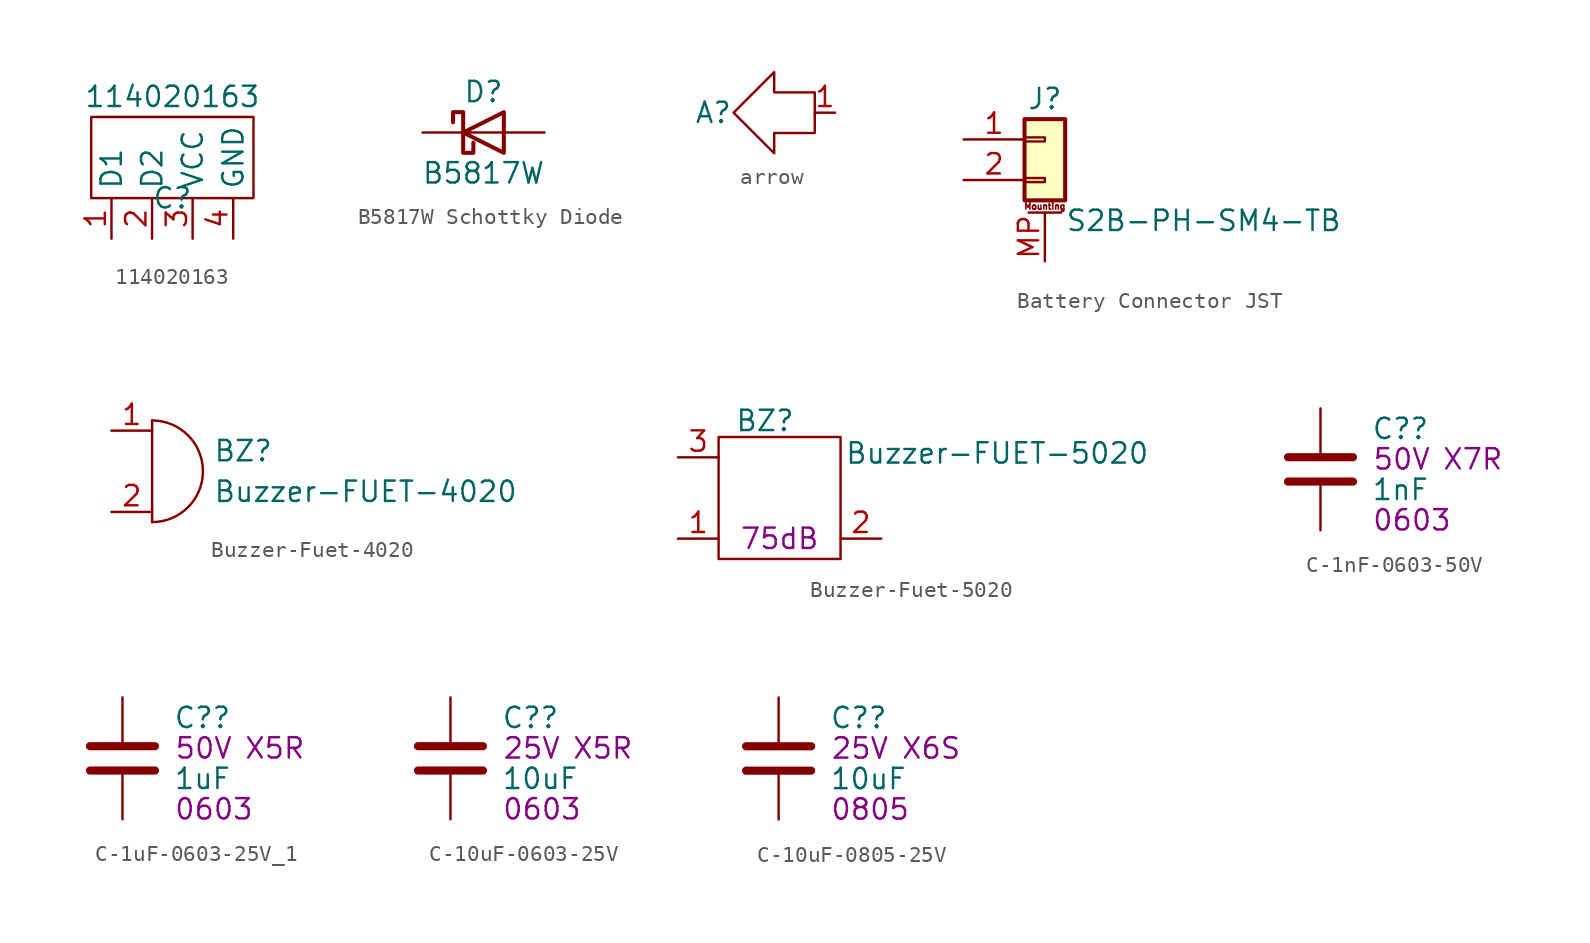
<source format=kicad_sym>
(kicad_symbol_lib
  (version 20231120)
  (generator "kicad_symbol_editor")
  (generator_version "8.0")
  (symbol "114020163"
    (property "Reference" "C"
      (at 0 0 0)
      (effects (font (size 1.27 1.27))))
    (property "Value" "114020163"
      (at 0 6.35 0)
      (effects (font (size 1.27 1.27))))
    (symbol "114020163_0_1"
      (rectangle (start -5.08 5.08) (end 5.08 0) (stroke (width 0) (type default)) (fill (type none))))
    (symbol "114020163_1_1"
      (pin input line (at -3.81 -2.54 90) (length 2.54) (name "D1" (effects (font (size 1.27 1.27)))) (number "1" (effects (font (size 1.27 1.27)))))
      (pin input line (at -1.27 -2.54 90) (length 2.54) (name "D2" (effects (font (size 1.27 1.27)))) (number "2" (effects (font (size 1.27 1.27)))))
      (pin input line (at 1.27 -2.54 90) (length 2.54) (name "VCC" (effects (font (size 1.27 1.27)))) (number "3" (effects (font (size 1.27 1.27)))))
      (pin input line (at 3.81 -2.54 90) (length 2.54) (name "GND" (effects (font (size 1.27 1.27)))) (number "4" (effects (font (size 1.27 1.27)))))))
  (symbol " B5817W Schottky Diode"
    (pin_numbers hide)
    (pin_names
      (offset 1.016) hide)
    (property "Reference" "D"
      (at 0 2.54 0)
      (effects (font (size 1.27 1.27))))
    (property "Value" " B5817W"
      (at 0 -2.54 0)
      (effects (font (size 1.27 1.27))))
    (symbol " B5817W Schottky Diode_0_1"
      (polyline (pts (xy 1.27 0) (xy -1.27 0)) (stroke (width 0) (type default)) (fill (type none)))
      (polyline (pts (xy 1.27 1.27) (xy 1.27 -1.27) (xy -1.27 0) (xy 1.27 1.27)) (stroke (width 0.254) (type default)) (fill (type none)))
      (polyline (pts (xy -1.905 0.635) (xy -1.905 1.27) (xy -1.27 1.27) (xy -1.27 -1.27) (xy -0.635 -1.27) (xy -0.635 -0.635)) (stroke (width 0.254) (type default)) (fill (type none))))
    (symbol " B5817W Schottky Diode_1_1"
      (pin passive line (at -3.81 0 0) (length 2.54) (name "K" (effects (font (size 1.27 1.27)))) (number "1" (effects (font (size 1.27 1.27)))))
      (pin passive line (at 3.81 0 180) (length 2.54) (name "A" (effects (font (size 1.27 1.27)))) (number "2" (effects (font (size 1.27 1.27)))))))
  (symbol "arrow"
    (property "Reference" "A"
      (at -3.81 0 0)
      (effects (font (size 1.27 1.27))))
    (symbol "arrow_0_1"
      (polyline (pts (xy -2.54 0) (xy 0 -2.54) (xy 0 -1.27) (xy 2.54 -1.27) (xy 2.54 1.27) (xy 0 1.27) (xy 0 2.54) (xy -2.54 0)) (stroke (width 0) (type default)) (fill (type none))))
    (symbol "arrow_1_1"
      (pin bidirectional line (at 3.81 0 180) (length 1.27) (name "1" (effects (font (size 0 0)))) (number "1" (effects (font (size 1.27 1.27)))))))
  (symbol "Battery Connector JST"
    (pin_names
      (offset 1.016) hide)
    (property "Reference" "J"
      (at 0 2.54 0)
      (effects (font (size 1.27 1.27))))
    (property "Value" "S2B-PH-SM4-TB"
      (at 1.27 -5.08 0)
      (effects (font (size 1.27 1.27)) (justify left)))
    (symbol "Battery Connector JST_1_1"
      (rectangle (start -1.27 -2.413) (end 0 -2.667) (stroke (width 0.152) (type default)) (fill (type none)))
      (rectangle (start -1.27 0.127) (end 0 -0.127) (stroke (width 0.152) (type default)) (fill (type none)))
      (rectangle (start -1.27 1.27) (end 1.27 -3.81) (stroke (width 0.254) (type default)) (fill (type background)))
      (polyline (pts (xy -1.016 -4.572) (xy 1.016 -4.572)) (stroke (width 0.152) (type default)) (fill (type none)))
      (text "Mounting" (at 0 -4.191 0) (effects (font (size 0.381 0.381))))
      (pin passive line (at -5.08 0 0) (length 3.81) (name "Pin_1" (effects (font (size 1.27 1.27)))) (number "1" (effects (font (size 1.27 1.27)))))
      (pin passive line (at -5.08 -2.54 0) (length 3.81) (name "Pin_2" (effects (font (size 1.27 1.27)))) (number "2" (effects (font (size 1.27 1.27)))))
      (pin passive line (at 0 -7.62 90) (length 3.048) (name "MountPin" (effects (font (size 1.27 1.27)))) (number "MP" (effects (font (size 1.27 1.27)))))))
  (symbol "Buzzer-Fuet-4020"
    (pin_names
      (offset 0.025) hide)
    (property "Reference" "BZ"
      (at 3.81 1.27 0)
      (effects (font (size 1.27 1.27)) (justify left)))
    (property "Value" "Buzzer-FUET-4020"
      (at 3.81 -1.27 0)
      (effects (font (size 1.27 1.27)) (justify left)))
    (symbol "Buzzer-Fuet-4020_0_1"
      (arc (start 0 -3.175) (mid 3.1612 0) (end 0 3.175) (stroke (width 0) (type default)) (fill (type none)))
      (polyline (pts (xy 0 3.175) (xy 0 -3.175)) (stroke (width 0) (type default)) (fill (type none))))
    (symbol "Buzzer-Fuet-4020_1_1"
      (pin passive line (at -2.54 2.54 0) (length 2.54) (name "-" (effects (font (size 1.27 1.27)))) (number "1" (effects (font (size 1.27 1.27)))))
      (pin passive line (at -2.54 -2.54 0) (length 2.54) (name "+" (effects (font (size 1.27 1.27)))) (number "2" (effects (font (size 1.27 1.27)))))))
  (symbol "Buzzer-Fuet-5020"
    (pin_names
      (offset 0.025) hide)
    (property "Reference" "BZ"
      (at -2.794 4.826 0)
      (effects (font (size 1.27 1.27)) (justify left)))
    (property "Value" "Buzzer-FUET-5020"
      (at 4.064 2.794 0)
      (effects (font (size 1.27 1.27)) (justify left)))
    (property "Description" "75dB"
      (at 0 -2.54 0)
      (effects (font (size 1.27 1.27))))
    (symbol "Buzzer-Fuet-5020_0_1"
      (rectangle (start -3.81 3.81) (end 3.81 -3.81) (stroke (width 0) (type default)) (fill (type none))))
    (symbol "Buzzer-Fuet-5020_1_1"
      (pin passive line (at -6.35 -2.54 0) (length 2.54) (name "+" (effects (font (size 1.27 1.27)))) (number "1" (effects (font (size 1.27 1.27)))))
      (pin passive line (at 6.35 -2.54 180) (length 2.54) (name "-" (effects (font (size 1.27 1.27)))) (number "2" (effects (font (size 1.27 1.27)))))
      (pin passive line (at -6.35 2.54 0) (length 2.54) (name "NC" (effects (font (size 1.27 1.27)))) (number "3" (effects (font (size 1.27 1.27)))))))
  (symbol "C-1nF-0603-50V"
    (pin_numbers hide)
    (pin_names
      (offset 0.254))
    (property "Reference" "C?"
      (at 3.175 2.54 0)
      (effects (font (size 1.27 1.27)) (justify left)))
    (property "Value" "1nF"
      (at 3.175 -1.27 0)
      (effects (font (size 1.27 1.27)) (justify left)))
    (property "Footprint v" "0603"
      (at 5.715 -3.175 0)
      (effects (font (size 1.27 1.27))))
    (property "Voltage Rating" "50V"
      (at 5.08 0.635 0)
      (effects (font (size 1.27 1.27))))
    (property "Temperature Profile" "X7R"
      (at 9.525 0.635 0)
      (effects (font (size 1.27 1.27))))
    (symbol "C-1nF-0603-50V_0_1"
      (polyline (pts (xy -2.032 -0.762) (xy 2.032 -0.762)) (stroke (width 0.508) (type default)) (fill (type none)))
      (polyline (pts (xy -2.032 0.762) (xy 2.032 0.762)) (stroke (width 0.508) (type default)) (fill (type none))))
    (symbol "C-1nF-0603-50V_1_1"
      (pin passive line (at 0 3.81 270) (length 2.794) (name "~" (effects (font (size 1.27 1.27)))) (number "1" (effects (font (size 1.27 1.27)))))
      (pin passive line (at 0 -3.81 90) (length 2.794) (name "~" (effects (font (size 1.27 1.27)))) (number "2" (effects (font (size 1.27 1.27)))))))
  (symbol "C-1uF-0603-25V_1"
    (pin_numbers hide)
    (pin_names
      (offset 0.254))
    (property "Reference" "C?"
      (at 3.175 2.54 0)
      (effects (font (size 1.27 1.27)) (justify left)))
    (property "Value" "1uF"
      (at 3.175 -1.27 0)
      (effects (font (size 1.27 1.27)) (justify left)))
    (property "Footprint v" "0603"
      (at 5.715 -3.175 0)
      (effects (font (size 1.27 1.27))))
    (property "Voltage Rating" "50V"
      (at 5.08 0.635 0)
      (effects (font (size 1.27 1.27))))
    (property "Temperature Profile" "X5R"
      (at 9.525 0.635 0)
      (effects (font (size 1.27 1.27))))
    (symbol "C-1uF-0603-25V_1_0_1"
      (polyline (pts (xy -2.032 -0.762) (xy 2.032 -0.762)) (stroke (width 0.508) (type default)) (fill (type none)))
      (polyline (pts (xy -2.032 0.762) (xy 2.032 0.762)) (stroke (width 0.508) (type default)) (fill (type none))))
    (symbol "C-1uF-0603-25V_1_1_1"
      (pin passive line (at 0 3.81 270) (length 2.794) (name "~" (effects (font (size 1.27 1.27)))) (number "1" (effects (font (size 1.27 1.27)))))
      (pin passive line (at 0 -3.81 90) (length 2.794) (name "~" (effects (font (size 1.27 1.27)))) (number "2" (effects (font (size 1.27 1.27)))))))
  (symbol "C-10uF-0603-25V"
    (pin_numbers hide)
    (pin_names
      (offset 0.254))
    (property "Reference" "C?"
      (at 3.175 2.54 0)
      (effects (font (size 1.27 1.27)) (justify left)))
    (property "Value" "10uF"
      (at 3.175 -1.27 0)
      (effects (font (size 1.27 1.27)) (justify left)))
    (property "Footprint v" "0603"
      (at 5.715 -3.175 0)
      (effects (font (size 1.27 1.27))))
    (property "Voltage Rating" "25V"
      (at 5.08 0.635 0)
      (effects (font (size 1.27 1.27))))
    (property "Temperature Profile" "X5R"
      (at 9.525 0.635 0)
      (effects (font (size 1.27 1.27))))
    (symbol "C-10uF-0603-25V_0_1"
      (polyline (pts (xy -2.032 -0.762) (xy 2.032 -0.762)) (stroke (width 0.508) (type default)) (fill (type none)))
      (polyline (pts (xy -2.032 0.762) (xy 2.032 0.762)) (stroke (width 0.508) (type default)) (fill (type none))))
    (symbol "C-10uF-0603-25V_1_1"
      (pin passive line (at 0 3.81 270) (length 2.794) (name "~" (effects (font (size 1.27 1.27)))) (number "1" (effects (font (size 1.27 1.27)))))
      (pin passive line (at 0 -3.81 90) (length 2.794) (name "~" (effects (font (size 1.27 1.27)))) (number "2" (effects (font (size 1.27 1.27)))))))
  (symbol "C-10uF-0805-25V"
    (pin_numbers hide)
    (pin_names
      (offset 0.254))
    (property "Reference" "C?"
      (at 3.175 2.54 0)
      (effects (font (size 1.27 1.27)) (justify left)))
    (property "Value" "10uF"
      (at 3.175 -1.27 0)
      (effects (font (size 1.27 1.27)) (justify left)))
    (property "Footprint v" "0805"
      (at 5.715 -3.175 0)
      (effects (font (size 1.27 1.27))))
    (property "Voltage Rating" "25V"
      (at 5.08 0.635 0)
      (effects (font (size 1.27 1.27))))
    (property "Temperature Profile" "X6S"
      (at 9.525 0.635 0)
      (effects (font (size 1.27 1.27))))
    (symbol "C-10uF-0805-25V_0_1"
      (polyline (pts (xy -2.032 -0.762) (xy 2.032 -0.762)) (stroke (width 0.508) (type default)) (fill (type none)))
      (polyline (pts (xy -2.032 0.762) (xy 2.032 0.762)) (stroke (width 0.508) (type default)) (fill (type none))))
    (symbol "C-10uF-0805-25V_1_1"
      (pin passive line (at 0 3.81 270) (length 2.794) (name "~" (effects (font (size 1.27 1.27)))) (number "1" (effects (font (size 1.27 1.27)))))
      (pin passive line (at 0 -3.81 90) (length 2.794) (name "~" (effects (font (size 1.27 1.27)))) (number "2" (effects (font (size 1.27 1.27))))))))
</source>
